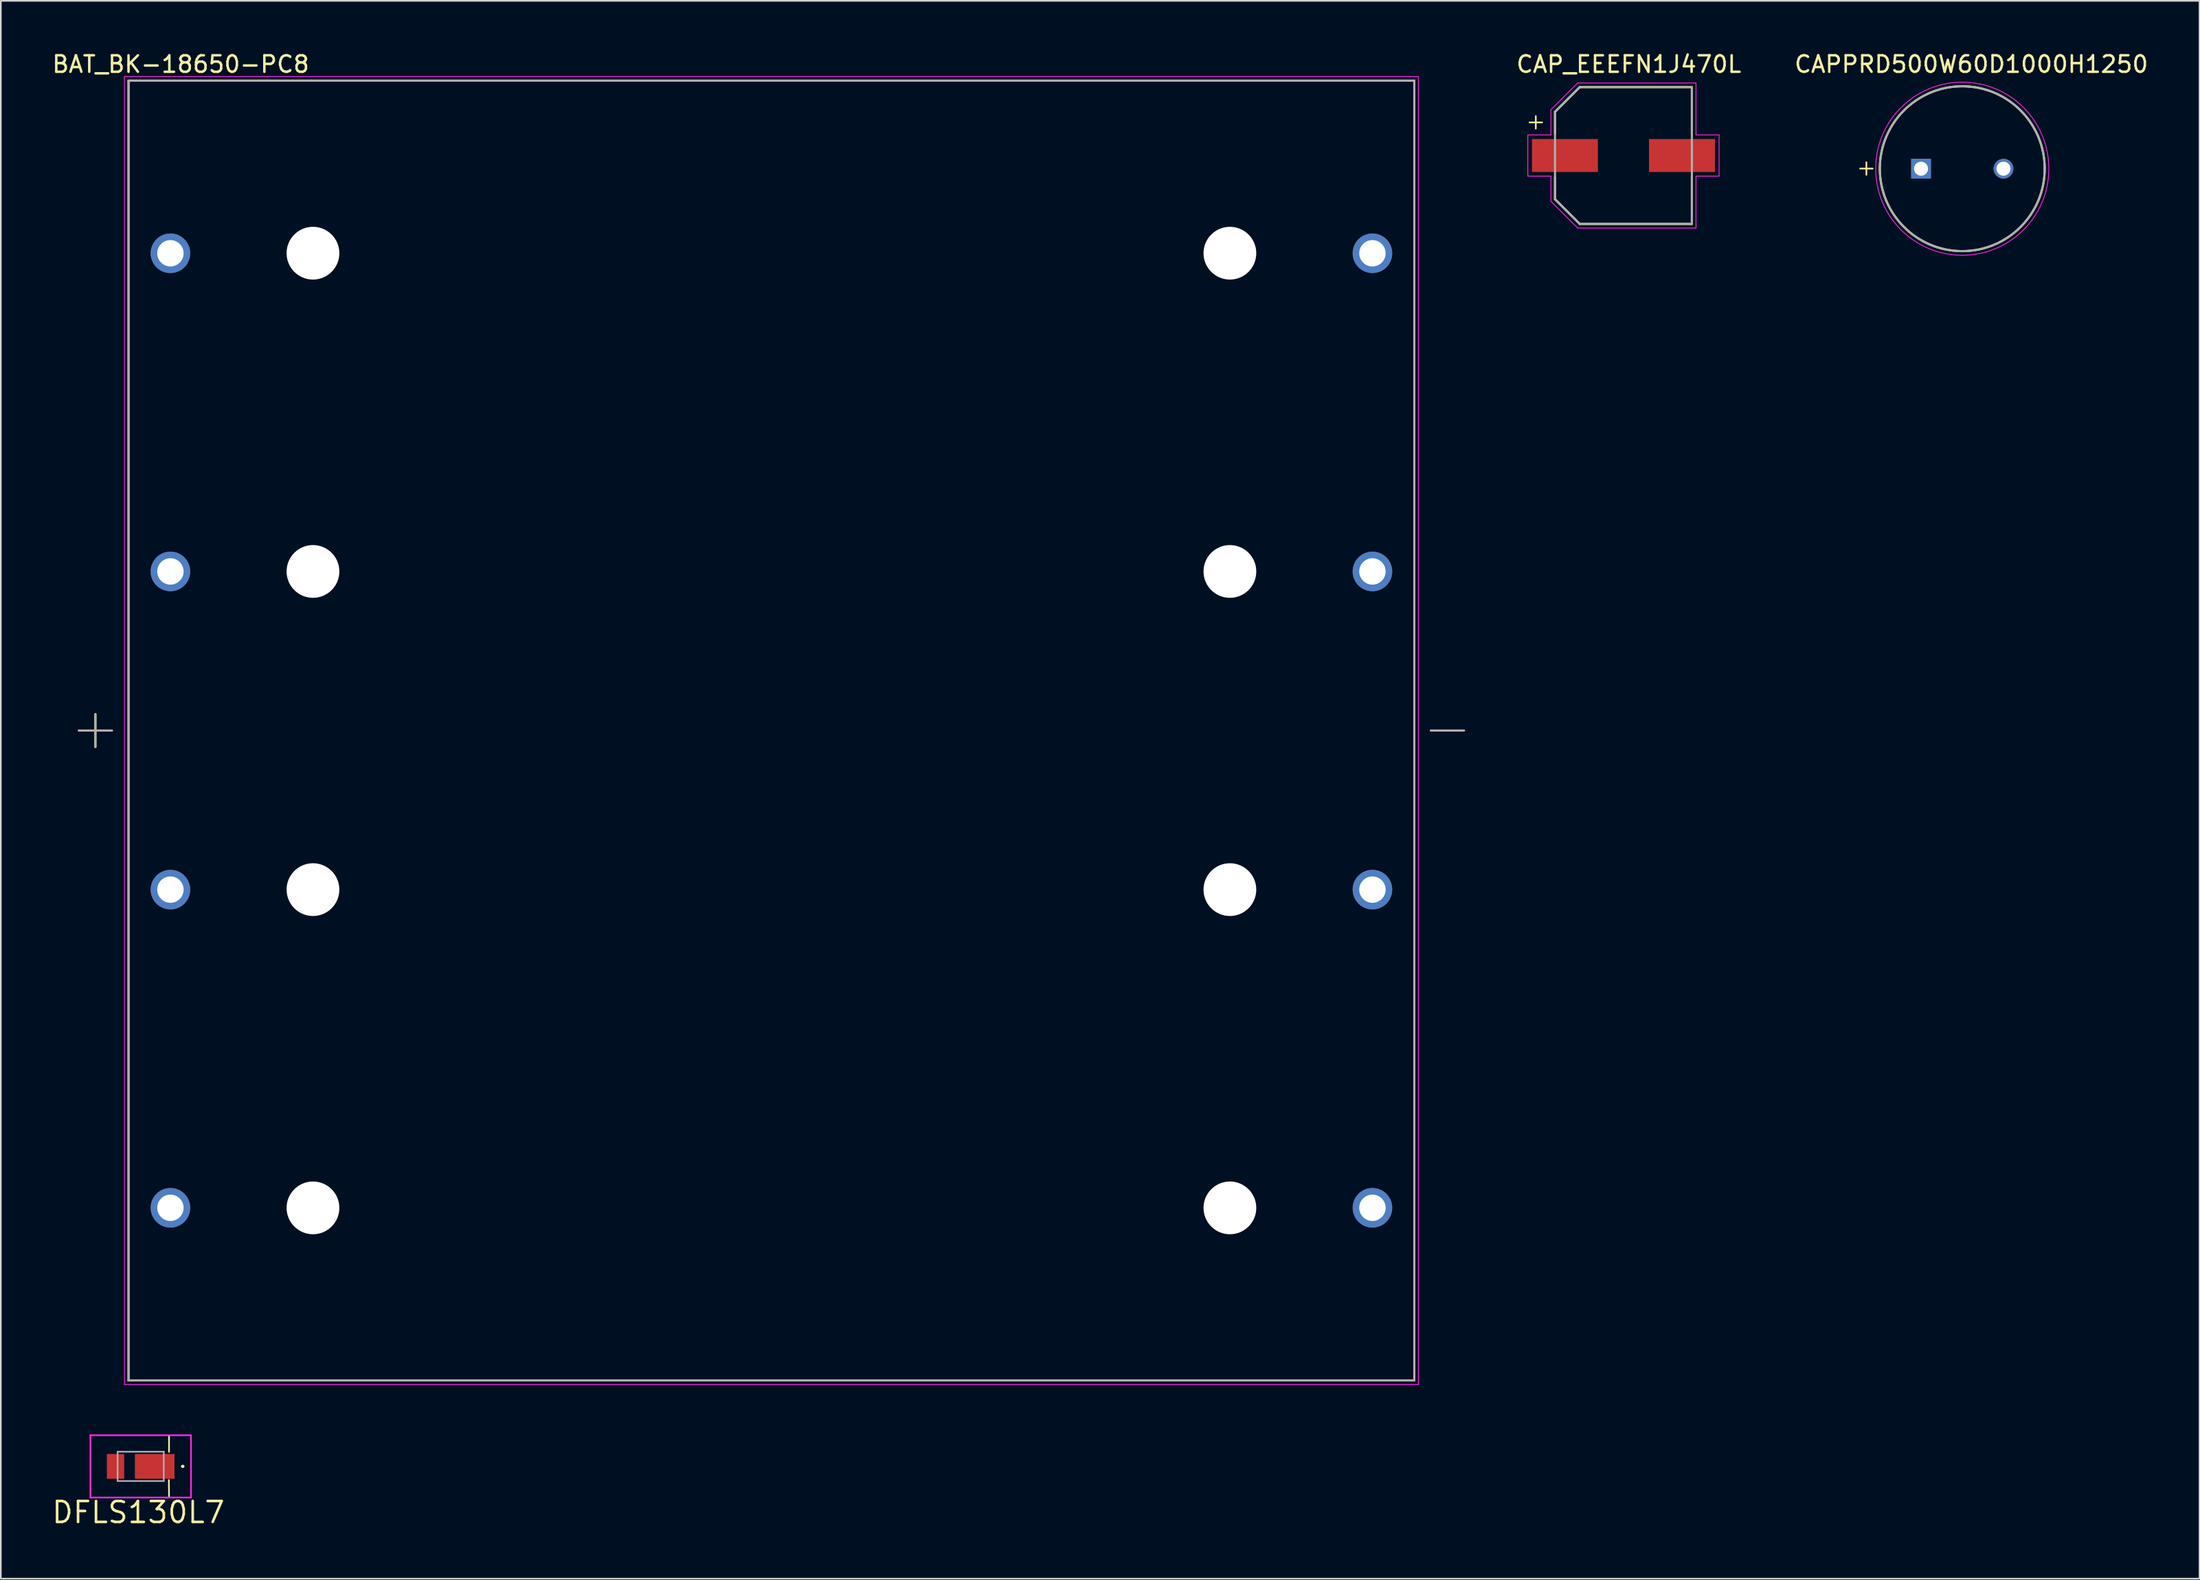
<source format=kicad_pcb>
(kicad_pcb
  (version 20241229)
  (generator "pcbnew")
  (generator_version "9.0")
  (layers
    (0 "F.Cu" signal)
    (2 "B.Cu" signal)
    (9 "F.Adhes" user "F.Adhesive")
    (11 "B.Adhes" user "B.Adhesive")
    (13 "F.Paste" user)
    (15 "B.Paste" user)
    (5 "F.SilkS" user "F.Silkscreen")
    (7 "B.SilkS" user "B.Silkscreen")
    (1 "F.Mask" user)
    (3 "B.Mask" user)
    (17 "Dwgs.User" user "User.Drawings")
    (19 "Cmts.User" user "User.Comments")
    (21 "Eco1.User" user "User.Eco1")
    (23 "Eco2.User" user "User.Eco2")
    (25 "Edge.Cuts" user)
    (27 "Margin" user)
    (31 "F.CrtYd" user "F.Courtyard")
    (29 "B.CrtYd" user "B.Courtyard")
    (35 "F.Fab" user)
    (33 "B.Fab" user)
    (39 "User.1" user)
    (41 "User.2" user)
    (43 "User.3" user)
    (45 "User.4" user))
  (footprint "BAT_BK-18650-PC8"
    (layer "F.Cu")
    (at 43.736 41.263)
    (property "Reference" "BAT_BK-18650-PC8" (at -35.825 -40.415 0) (layer "F.SilkS") (effects (font (size 1 1) (thickness 0.15))))
    (attr through_hole)
    (fp_line (start -42 0) (end -40 0) (stroke (width 0.127) (type solid)) (layer "F.SilkS"))
    (fp_line (start -41 -1) (end -41 1) (stroke (width 0.127) (type solid)) (layer "F.SilkS"))
    (fp_line (start -38.99 -39.42) (end 38.99 -39.42) (stroke (width 0.127) (type solid)) (layer "F.SilkS"))
    (fp_line (start -38.99 39.42) (end -38.99 -39.42) (stroke (width 0.127) (type solid)) (layer "F.SilkS"))
    (fp_line (start 38.99 -39.42) (end 38.99 39.42) (stroke (width 0.127) (type solid)) (layer "F.SilkS"))
    (fp_line (start 38.99 39.42) (end -38.99 39.42) (stroke (width 0.127) (type solid)) (layer "F.SilkS"))
    (fp_line (start 40 0) (end 42 0) (stroke (width 0.127) (type solid)) (layer "F.SilkS"))
    (fp_line (start -39.24 -39.67) (end 39.24 -39.67) (stroke (width 0.05) (type solid)) (layer "F.CrtYd"))
    (fp_line (start -39.24 39.67) (end -39.24 -39.67) (stroke (width 0.05) (type solid)) (layer "F.CrtYd"))
    (fp_line (start 39.24 -39.67) (end 39.24 39.67) (stroke (width 0.05) (type solid)) (layer "F.CrtYd"))
    (fp_line (start 39.24 39.67) (end -39.24 39.67) (stroke (width 0.05) (type solid)) (layer "F.CrtYd"))
    (fp_line (start -42 0) (end -40 0) (stroke (width 0.127) (type solid)) (layer "F.Fab"))
    (fp_line (start -41 -1) (end -41 1) (stroke (width 0.127) (type solid)) (layer "F.Fab"))
    (fp_line (start -38.99 -39.42) (end 38.99 -39.42) (stroke (width 0.127) (type solid)) (layer "F.Fab"))
    (fp_line (start -38.99 39.42) (end -38.99 -39.42) (stroke (width 0.127) (type solid)) (layer "F.Fab"))
    (fp_line (start 38.99 -39.42) (end 38.99 39.42) (stroke (width 0.127) (type solid)) (layer "F.Fab"))
    (fp_line (start 38.99 39.42) (end -38.99 39.42) (stroke (width 0.127) (type solid)) (layer "F.Fab"))
    (fp_line (start 40 0) (end 42 0) (stroke (width 0.127) (type solid)) (layer "F.Fab"))
    (pad "" np_thru_hole circle (at -27.805 -28.955) (size 3.2 3.2) (drill 3.2) (layers "*.Cu" "*.Mask"))
    (pad "" np_thru_hole circle (at -27.805 -9.65) (size 3.2 3.2) (drill 3.2) (layers "*.Cu" "*.Mask"))
    (pad "" np_thru_hole circle (at -27.805 9.65) (size 3.2 3.2) (drill 3.2) (layers "*.Cu" "*.Mask"))
    (pad "" np_thru_hole circle (at -27.805 28.955) (size 3.2 3.2) (drill 3.2) (layers "*.Cu" "*.Mask"))
    (pad "" np_thru_hole circle (at 27.805 -28.955) (size 3.2 3.2) (drill 3.2) (layers "*.Cu" "*.Mask"))
    (pad "" np_thru_hole circle (at 27.805 -9.65) (size 3.2 3.2) (drill 3.2) (layers "*.Cu" "*.Mask"))
    (pad "" np_thru_hole circle (at 27.805 9.65) (size 3.2 3.2) (drill 3.2) (layers "*.Cu" "*.Mask"))
    (pad "" np_thru_hole circle (at 27.805 28.955) (size 3.2 3.2) (drill 3.2) (layers "*.Cu" "*.Mask"))
    (pad "1+" thru_hole circle (at -36.45 -28.95) (size 2.4 2.4) (drill 1.6) (layers "*.Cu" "*.Mask"))
    (pad "1-" thru_hole circle (at 36.45 -28.95) (size 2.4 2.4) (drill 1.6) (layers "*.Cu" "*.Mask"))
    (pad "2+" thru_hole circle (at -36.45 -9.65) (size 2.4 2.4) (drill 1.6) (layers "*.Cu" "*.Mask"))
    (pad "2-" thru_hole circle (at 36.45 -9.65) (size 2.4 2.4) (drill 1.6) (layers "*.Cu" "*.Mask"))
    (pad "3+" thru_hole circle (at -36.45 9.65) (size 2.4 2.4) (drill 1.6) (layers "*.Cu" "*.Mask"))
    (pad "3-" thru_hole circle (at 36.45 9.65) (size 2.4 2.4) (drill 1.6) (layers "*.Cu" "*.Mask"))
    (pad "4+" thru_hole circle (at -36.45 28.95) (size 2.4 2.4) (drill 1.6) (layers "*.Cu" "*.Mask"))
    (pad "4-" thru_hole circle (at 36.45 28.95) (size 2.4 2.4) (drill 1.6) (layers "*.Cu" "*.Mask")))
  (footprint "CAPPRD500W60D1000H1250"
    (layer "F.Cu")
    (at 115.958 7.183)
    (property "Reference" "CAPPRD500W60D1000H1250" (at 0.55 -6.335 0) (layer "F.SilkS") (effects (font (size 1 1) (thickness 0.15))))
    (attr through_hole)
    (fp_circle (center 0 0) (end 5 0) (stroke (width 0.127) (type solid)) (fill no) (layer "F.SilkS"))
    (fp_circle (center 0 0) (end 5.25 0) (stroke (width 0.05) (type solid)) (fill no) (layer "F.CrtYd"))
    (fp_circle (center 0 0) (end 5 0) (stroke (width 0.127) (type solid)) (fill no) (layer "F.Fab"))
    (fp_text user "+" (at -6.5 0.5 0) (unlocked yes) (layer "F.SilkS") (effects (font (size 1 1) (thickness 0.1)) (justify left bottom)))
    (pad "N" thru_hole circle (at 2.5 0) (size 1.2 1.2) (drill 0.85) (layers "*.Cu" "*.Mask"))
    (pad "P" thru_hole rect (at -2.5 0) (size 1.2 1.2) (drill 0.85) (layers "*.Cu" "*.Mask")))
  (footprint "DFLS130L7"
    (layer "F.Cu")
    (at 5.482 85.898)
    (property "Reference" "DFLS130L7" (at -0.14 2.79 0) (layer "F.SilkS") (effects (font (size 1.27 1.27) (thickness 0.159))))
    (attr smd)
    (fp_line (start 1.71 0.83) (end 1.72 1.82) (stroke (width 0.1) (type solid)) (layer "F.SilkS"))
    (fp_line (start 1.72 -1.85) (end 1.72 -0.88) (stroke (width 0.1) (type solid)) (layer "F.SilkS"))
    (fp_line (start 2.5 0) (end 2.5 0) (stroke (width 0.1) (type solid)) (layer "F.SilkS"))
    (fp_line (start 2.6 0) (end 2.6 0) (stroke (width 0.1) (type solid)) (layer "F.SilkS"))
    (fp_arc (start 2.5 0) (mid 2.55 -0.05) (end 2.6 0) (stroke (width 0.1) (type solid)) (layer "F.SilkS"))
    (fp_arc (start 2.6 0) (mid 2.55 0.05) (end 2.5 0) (stroke (width 0.1) (type solid)) (layer "F.SilkS"))
    (fp_line (start -3.05 -1.89) (end 3.05 -1.89) (stroke (width 0.1) (type solid)) (layer "F.CrtYd"))
    (fp_line (start -3.05 1.89) (end -3.05 -1.89) (stroke (width 0.1) (type solid)) (layer "F.CrtYd"))
    (fp_line (start 3.05 -1.89) (end 3.05 1.89) (stroke (width 0.1) (type solid)) (layer "F.CrtYd"))
    (fp_line (start 3.05 1.89) (end -3.05 1.89) (stroke (width 0.1) (type solid)) (layer "F.CrtYd"))
    (fp_line (start -1.4 -0.89) (end 1.4 -0.89) (stroke (width 0.1) (type solid)) (layer "F.Fab"))
    (fp_line (start -1.4 0.89) (end -1.4 -0.89) (stroke (width 0.1) (type solid)) (layer "F.Fab"))
    (fp_line (start 1.4 -0.89) (end 1.4 0.89) (stroke (width 0.1) (type solid)) (layer "F.Fab"))
    (fp_line (start 1.4 0.89) (end -1.4 0.89) (stroke (width 0.1) (type solid)) (layer "F.Fab"))
    (pad "1" smd rect (at 0.85 0 90) (size 1.5 2.4) (layers "F.Cu" "F.Mask" "F.Paste"))
    (pad "2" smd rect (at -1.525 0) (size 1.05 1.5) (layers "F.Cu" "F.Mask" "F.Paste")))
  (footprint "CAP_EEEFN1J470L"
    (layer "F.Cu")
    (at 95.409 6.383)
    (property "Reference" "CAP_EEEFN1J470L" (at 0.325 -5.535 0) (layer "F.SilkS") (effects (font (size 1 1) (thickness 0.15))))
    (attr smd)
    (fp_line (start -4.15 -2.65) (end -4.15 -1.32) (stroke (width 0.127) (type solid)) (layer "F.SilkS"))
    (fp_line (start -4.15 1.32) (end -4.15 2.65) (stroke (width 0.127) (type solid)) (layer "F.SilkS"))
    (fp_line (start -4.15 2.65) (end -2.65 4.15) (stroke (width 0.127) (type solid)) (layer "F.SilkS"))
    (fp_line (start -2.65 -4.15) (end -4.15 -2.65) (stroke (width 0.127) (type solid)) (layer "F.SilkS"))
    (fp_line (start -2.65 4.15) (end 4.15 4.15) (stroke (width 0.127) (type solid)) (layer "F.SilkS"))
    (fp_line (start 4.15 -4.15) (end -2.65 -4.15) (stroke (width 0.127) (type solid)) (layer "F.SilkS"))
    (fp_line (start 4.15 -1.32) (end 4.15 -4.15) (stroke (width 0.127) (type solid)) (layer "F.SilkS"))
    (fp_line (start 4.15 4.15) (end 4.15 1.32) (stroke (width 0.127) (type solid)) (layer "F.SilkS"))
    (fp_line (start -5.8 -1.25) (end -4.4 -1.25) (stroke (width 0.05) (type solid)) (layer "F.CrtYd"))
    (fp_line (start -5.8 1.25) (end -5.8 -1.25) (stroke (width 0.05) (type solid)) (layer "F.CrtYd"))
    (fp_line (start -4.4 -2.775) (end -2.775 -4.4) (stroke (width 0.05) (type solid)) (layer "F.CrtYd"))
    (fp_line (start -4.4 -1.25) (end -4.4 -2.775) (stroke (width 0.05) (type solid)) (layer "F.CrtYd"))
    (fp_line (start -4.4 1.25) (end -5.8 1.25) (stroke (width 0.05) (type solid)) (layer "F.CrtYd"))
    (fp_line (start -4.4 2.775) (end -4.4 1.25) (stroke (width 0.05) (type solid)) (layer "F.CrtYd"))
    (fp_line (start -2.775 -4.4) (end 4.4 -4.4) (stroke (width 0.05) (type solid)) (layer "F.CrtYd"))
    (fp_line (start -2.775 4.4) (end -4.4 2.775) (stroke (width 0.05) (type solid)) (layer "F.CrtYd"))
    (fp_line (start 4.4 -4.4) (end 4.4 -1.25) (stroke (width 0.05) (type solid)) (layer "F.CrtYd"))
    (fp_line (start 4.4 -1.25) (end 5.8 -1.25) (stroke (width 0.05) (type solid)) (layer "F.CrtYd"))
    (fp_line (start 4.4 1.25) (end 4.4 4.4) (stroke (width 0.05) (type solid)) (layer "F.CrtYd"))
    (fp_line (start 4.4 4.4) (end -2.775 4.4) (stroke (width 0.05) (type solid)) (layer "F.CrtYd"))
    (fp_line (start 5.8 -1.25) (end 5.8 1.25) (stroke (width 0.05) (type solid)) (layer "F.CrtYd"))
    (fp_line (start 5.8 1.25) (end 4.4 1.25) (stroke (width 0.05) (type solid)) (layer "F.CrtYd"))
    (fp_line (start -4.15 -2.65) (end -4.15 2.65) (stroke (width 0.127) (type solid)) (layer "F.Fab"))
    (fp_line (start -4.15 2.65) (end -2.65 4.15) (stroke (width 0.127) (type solid)) (layer "F.Fab"))
    (fp_line (start -2.65 -4.15) (end -4.15 -2.65) (stroke (width 0.127) (type solid)) (layer "F.Fab"))
    (fp_line (start -2.65 4.15) (end 4.15 4.15) (stroke (width 0.127) (type solid)) (layer "F.Fab"))
    (fp_line (start 4.15 -4.15) (end -2.65 -4.15) (stroke (width 0.127) (type solid)) (layer "F.Fab"))
    (fp_line (start 4.15 4.15) (end 4.15 -4.15) (stroke (width 0.127) (type solid)) (layer "F.Fab"))
    (fp_text user "+" (at -6 -1.5 0) (unlocked yes) (layer "F.SilkS") (effects (font (size 1 1) (thickness 0.1)) (justify left bottom)))
    (pad "1" smd rect (at -3.55 0) (size 4 2) (layers "F.Cu" "F.Mask" "F.Paste"))
    (pad "2" smd rect (at 3.55 0) (size 4 2) (layers "F.Cu" "F.Mask" "F.Paste")))
  (gr_rect
    (start -3 -3)
    (end 130.347 92.71)
    (stroke (width 0.1) (type default))
    (fill no)
    (layer "Edge.Cuts")))
</source>
